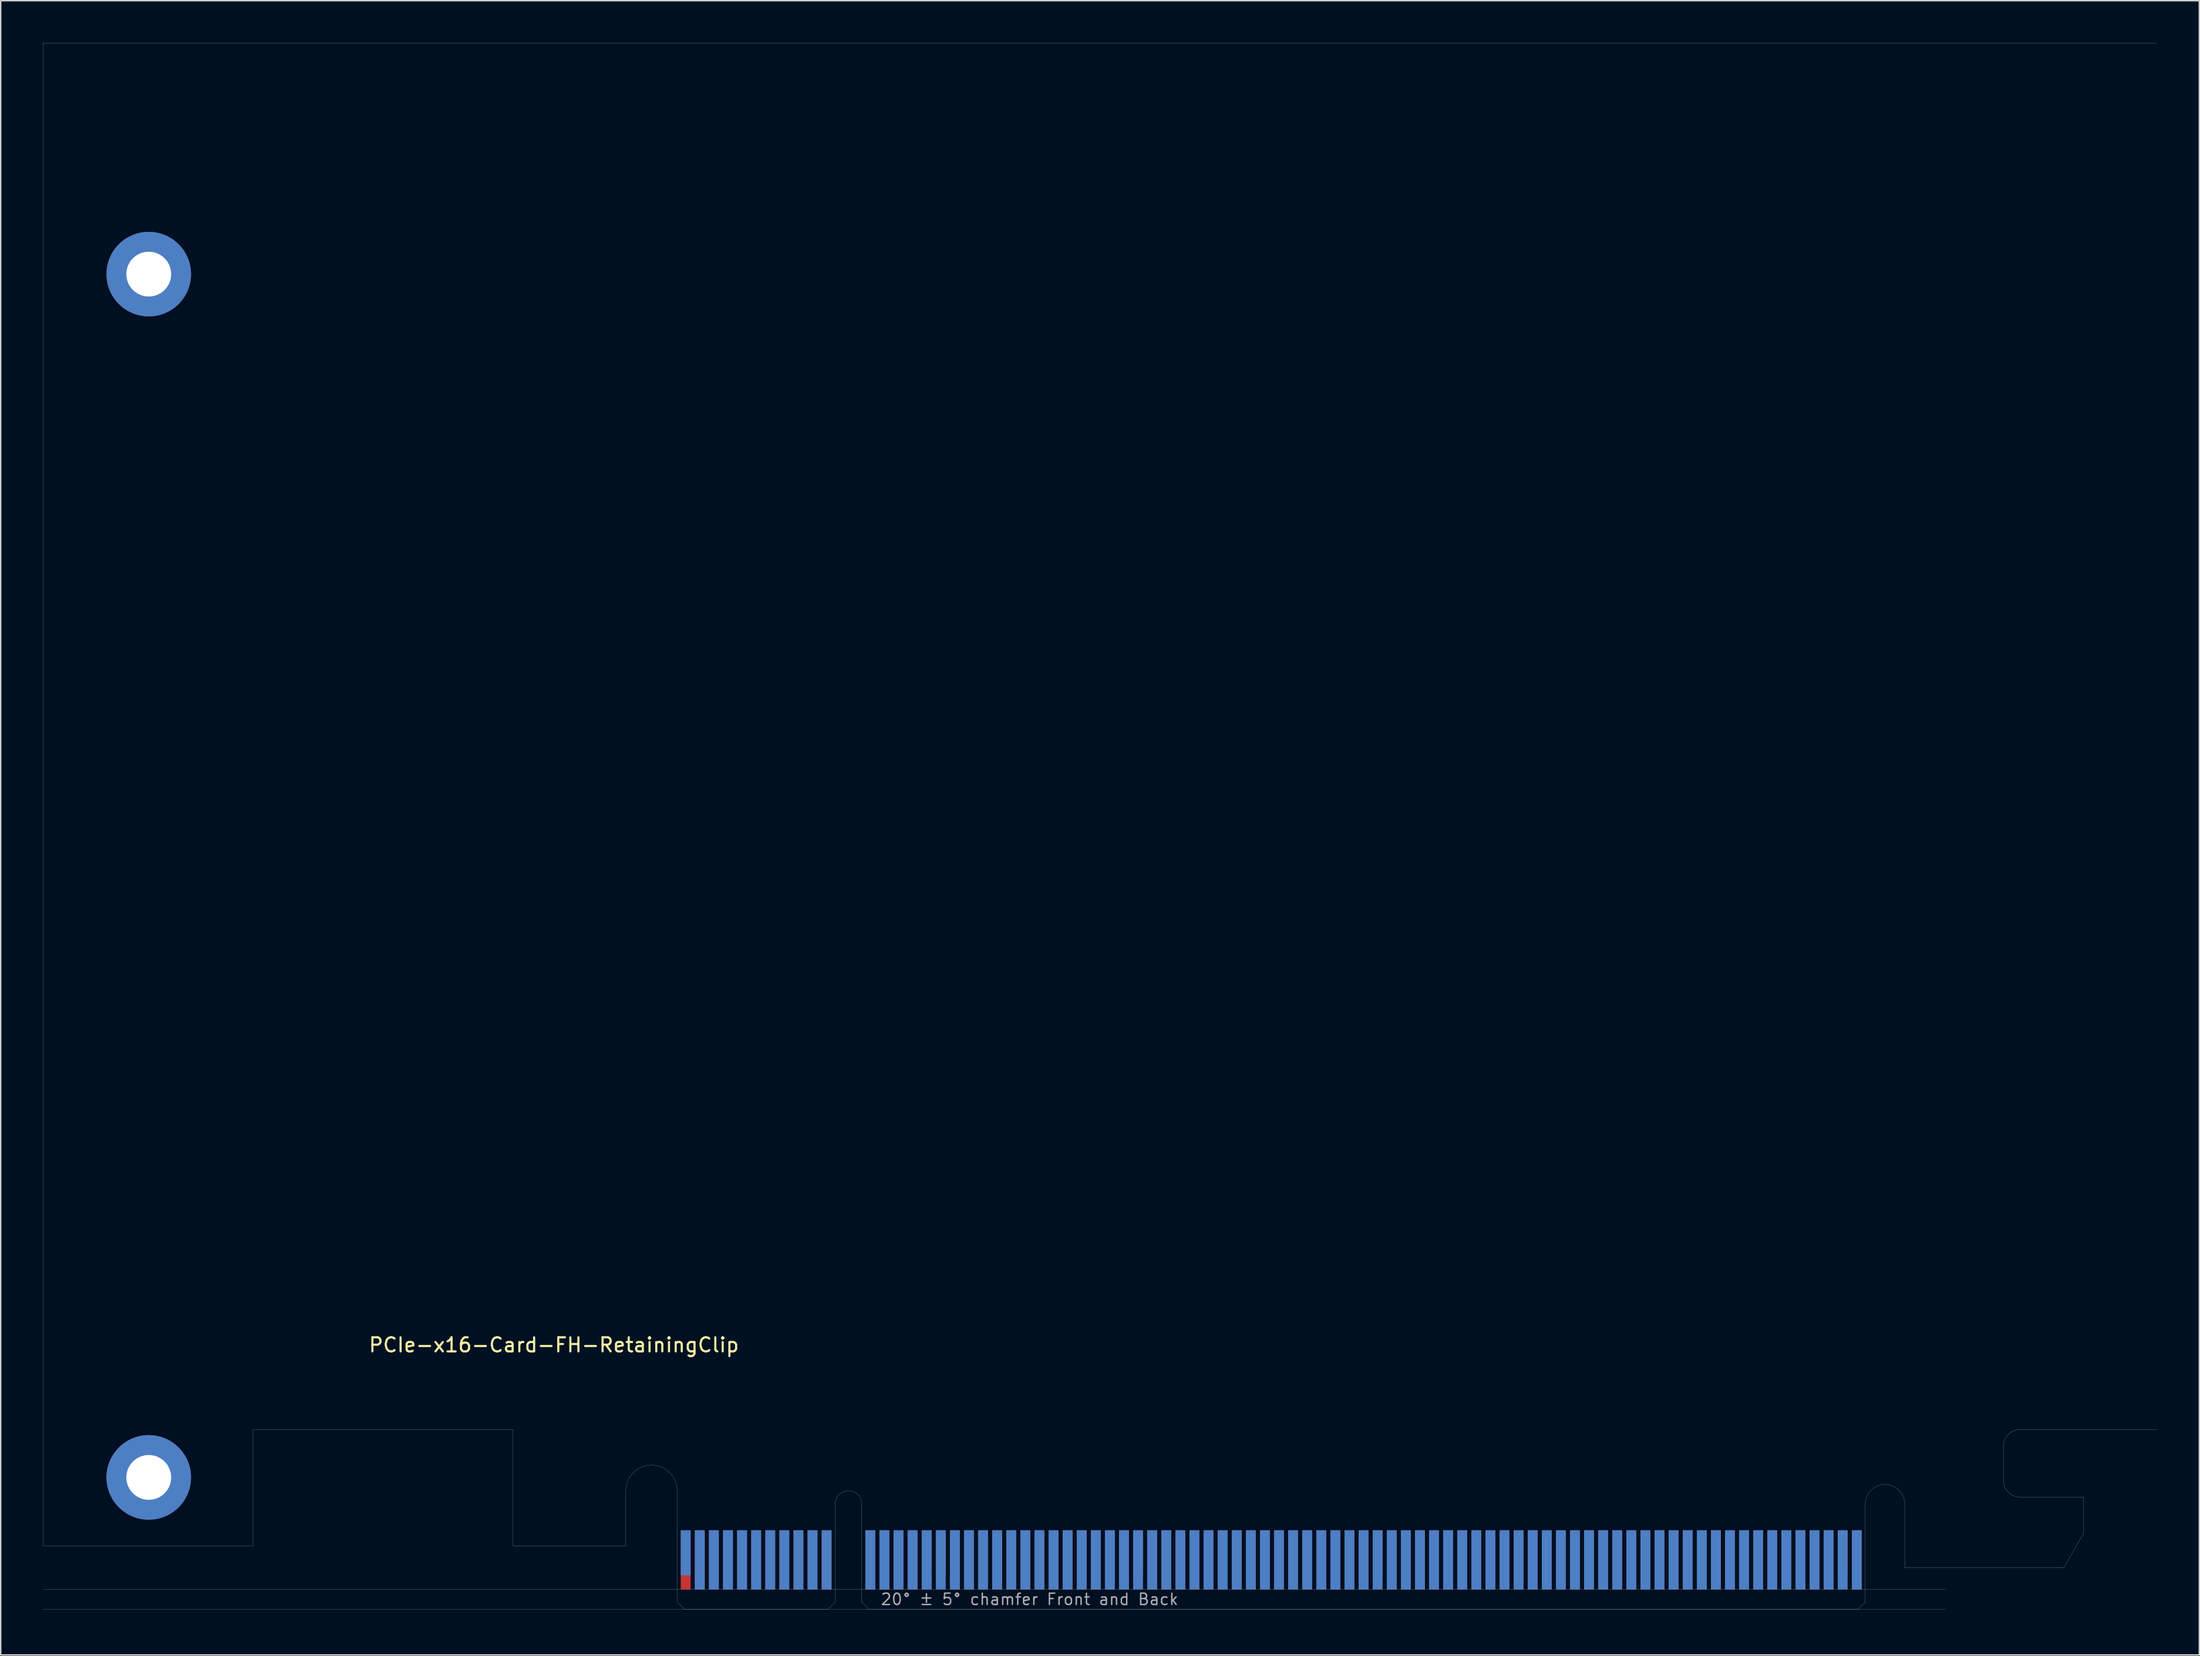
<source format=kicad_pcb>
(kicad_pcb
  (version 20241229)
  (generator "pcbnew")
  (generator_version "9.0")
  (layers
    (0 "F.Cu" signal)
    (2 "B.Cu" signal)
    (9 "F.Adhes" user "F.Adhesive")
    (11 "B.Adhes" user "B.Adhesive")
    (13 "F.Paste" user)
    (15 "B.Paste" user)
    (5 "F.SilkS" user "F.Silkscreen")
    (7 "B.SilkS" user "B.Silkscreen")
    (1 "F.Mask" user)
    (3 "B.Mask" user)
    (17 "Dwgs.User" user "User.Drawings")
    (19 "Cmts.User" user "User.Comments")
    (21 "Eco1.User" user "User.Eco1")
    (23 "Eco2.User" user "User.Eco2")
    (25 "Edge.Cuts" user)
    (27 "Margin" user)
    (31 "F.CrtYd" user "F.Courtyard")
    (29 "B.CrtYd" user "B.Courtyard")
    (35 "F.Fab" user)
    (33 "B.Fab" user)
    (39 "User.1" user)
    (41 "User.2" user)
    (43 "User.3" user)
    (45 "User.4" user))
  (footprint "PCIe-x16-Card-FH-RetainingClip"
    (layer "F.Cu")
    (at 45.005 111.155)
    (property "Reference" "PCIe-x16-Card-FH-RetainingClip" (at -8.75 -18.75 0) (layer "F.SilkS") (effects (font (size 1 1) (thickness 0.15))))
    (attr smd)
    (fp_poly (pts (xy -3.65 -4.5) (xy -11.65 -4.5) (xy -11.65 -7.95) (xy -3.65 -7.95)) (stroke (width 0.1) (type solid)) (fill yes) (layer "F.Mask"))
    (fp_poly (pts (xy 11.2 -5.45) (xy 0 -5.45) (xy 0 0) (xy 11.2 0)) (stroke (width 0.1) (type solid)) (fill yes) (layer "F.Mask"))
    (fp_poly (pts (xy 84.3 -5.45) (xy 13.1 -5.45) (xy 13.1 0) (xy 84.3 0)) (stroke (width 0.1) (type solid)) (fill yes) (layer "F.Mask"))
    (fp_poly (pts (xy 99.8 -5.4) (xy 98.4 -2.95) (xy 87.1 -2.95) (xy 87.1 -7.95) (xy 99.8 -7.95)) (stroke (width 0.1) (type solid)) (fill yes) (layer "F.Mask"))
    (fp_poly (pts (xy -3.65 -7.95) (xy -11.65 -7.95) (xy -11.65 -4.5) (xy -3.65 -4.5)) (stroke (width 0.1) (type solid)) (fill yes) (layer "B.Mask"))
    (fp_poly (pts (xy 11.2 0) (xy 0 0) (xy 0 -5.45) (xy 11.2 -5.45)) (stroke (width 0.1) (type solid)) (fill yes) (layer "B.Mask"))
    (fp_poly (pts (xy 84.3 -5.45) (xy 13.1 -5.45) (xy 13.1 0) (xy 84.3 0)) (stroke (width 0.1) (type solid)) (fill yes) (layer "B.Mask"))
    (fp_poly (pts (xy 99.8 -5.4) (xy 98.4 -2.95) (xy 87.1 -2.95) (xy 87.1 -7.95) (xy 99.8 -7.95)) (stroke (width 0.1) (type solid)) (fill yes) (layer "B.Mask"))
    (fp_line (start -45 -111.15) (end 105 -111.15) (stroke (width 0.01) (type solid)) (layer "Edge.Cuts"))
    (fp_line (start -45 -4.5) (end -45 -111.15) (stroke (width 0.01) (type solid)) (layer "Edge.Cuts"))
    (fp_line (start -30.1 -12.75) (end -30.1 -4.5) (stroke (width 0.01) (type solid)) (layer "Edge.Cuts"))
    (fp_line (start -30.1 -4.5) (end -45 -4.5) (stroke (width 0.01) (type solid)) (layer "Edge.Cuts"))
    (fp_line (start -11.65 -12.75) (end -30.1 -12.75) (stroke (width 0.01) (type solid)) (layer "Edge.Cuts"))
    (fp_line (start -11.65 -4.5) (end -11.65 -12.75) (stroke (width 0.01) (type solid)) (layer "Edge.Cuts"))
    (fp_line (start -3.65 -4.5) (end -11.65 -4.5) (stroke (width 0.01) (type solid)) (layer "Edge.Cuts"))
    (fp_line (start -3.65 -4.5) (end -3.65 -8.4) (stroke (width 0.01) (type solid)) (layer "Edge.Cuts"))
    (fp_line (start 0 -0.5) (end 0 -8.4) (stroke (width 0.01) (type solid)) (layer "Edge.Cuts"))
    (fp_line (start 0.5 0) (end 0 -0.5) (stroke (width 0.01) (type solid)) (layer "Edge.Cuts"))
    (fp_line (start 0.5 0) (end 10.7 0) (stroke (width 0.01) (type solid)) (layer "Edge.Cuts"))
    (fp_line (start 10.7 0) (end 11.2 -0.5) (stroke (width 0.01) (type solid)) (layer "Edge.Cuts"))
    (fp_line (start 11.2 -0.5) (end 11.2 -7.45) (stroke (width 0.01) (type solid)) (layer "Edge.Cuts"))
    (fp_line (start 13.1 -0.5) (end 13.1 -7.45) (stroke (width 0.01) (type solid)) (layer "Edge.Cuts"))
    (fp_line (start 13.6 0) (end 13.1 -0.5) (stroke (width 0.01) (type solid)) (layer "Edge.Cuts"))
    (fp_line (start 83.8 0) (end 13.6 0) (stroke (width 0.01) (type solid)) (layer "Edge.Cuts"))
    (fp_line (start 83.8 0) (end 84.3 -0.5) (stroke (width 0.01) (type solid)) (layer "Edge.Cuts"))
    (fp_line (start 84.3 -0.5) (end 84.3 -7.45) (stroke (width 0.01) (type solid)) (layer "Edge.Cuts"))
    (fp_line (start 87.1 -7.45) (end 87.1 -2.95) (stroke (width 0.01) (type solid)) (layer "Edge.Cuts"))
    (fp_line (start 87.1 -2.95) (end 98.4 -2.95) (stroke (width 0.01) (type solid)) (layer "Edge.Cuts"))
    (fp_line (start 94.1 -11.55) (end 94.1 -9.15) (stroke (width 0.01) (type solid)) (layer "Edge.Cuts"))
    (fp_line (start 95.3 -12.75) (end 105 -12.75) (stroke (width 0.01) (type solid)) (layer "Edge.Cuts"))
    (fp_line (start 98.4 -2.95) (end 99.8 -5.4) (stroke (width 0.01) (type solid)) (layer "Edge.Cuts"))
    (fp_line (start 99.8 -7.95) (end 95.3 -7.95) (stroke (width 0.01) (type solid)) (layer "Edge.Cuts"))
    (fp_line (start 99.8 -5.4) (end 99.8 -7.95) (stroke (width 0.01) (type solid)) (layer "Edge.Cuts"))
    (fp_arc (start -3.65 -8.4) (mid -1.825 -10.225) (end 0 -8.4) (stroke (width 0.01) (type solid)) (layer "Edge.Cuts"))
    (fp_arc (start 11.2 -7.45) (mid 12.15 -8.4) (end 13.1 -7.45) (stroke (width 0.01) (type solid)) (layer "Edge.Cuts"))
    (fp_arc (start 84.3 -7.45) (mid 85.7 -8.85) (end 87.1 -7.45) (stroke (width 0.01) (type solid)) (layer "Edge.Cuts"))
    (fp_arc (start 94.1 -11.55) (mid 94.451472 -12.398528) (end 95.3 -12.75) (stroke (width 0.01) (type solid)) (layer "Edge.Cuts"))
    (fp_arc (start 95.3 -7.95) (mid 94.451472 -8.301472) (end 94.1 -9.15) (stroke (width 0.01) (type solid)) (layer "Edge.Cuts"))
    (fp_line (start -45 -1.4) (end 90 -1.4) (stroke (width 0.01) (type solid)) (layer "F.Fab"))
    (fp_line (start -45 0) (end 90 0) (stroke (width 0.01) (type solid)) (layer "F.Fab"))
    (fp_text user "20° ± 5° chamfer Front and Back" (at 25 -0.7 0) (layer "F.Fab") (effects (font (size 0.8 0.8) (thickness 0.1))))
    (pad "A1" smd rect (at 0.6 -4) (size 0.7 3.2) (layers "B.Cu"))
    (pad "A2" smd rect (at 1.6 -3.5) (size 0.7 4.2) (layers "B.Cu"))
    (pad "A3" smd rect (at 2.6 -3.5) (size 0.7 4.2) (layers "B.Cu"))
    (pad "A4" smd rect (at 3.6 -3.5) (size 0.7 4.2) (layers "B.Cu"))
    (pad "A5" smd rect (at 4.6 -3.5) (size 0.7 4.2) (layers "B.Cu"))
    (pad "A6" smd rect (at 5.6 -3.5) (size 0.7 4.2) (layers "B.Cu"))
    (pad "A7" smd rect (at 6.6 -3.5) (size 0.7 4.2) (layers "B.Cu"))
    (pad "A8" smd rect (at 7.6 -3.5) (size 0.7 4.2) (layers "B.Cu"))
    (pad "A9" smd rect (at 8.6 -3.5) (size 0.7 4.2) (layers "B.Cu"))
    (pad "A10" smd rect (at 9.6 -3.5) (size 0.7 4.2) (layers "B.Cu"))
    (pad "A11" smd rect (at 10.6 -3.5) (size 0.7 4.2) (layers "B.Cu"))
    (pad "A12" smd rect (at 13.7 -3.5) (size 0.7 4.2) (layers "B.Cu"))
    (pad "A13" smd rect (at 14.7 -3.5) (size 0.7 4.2) (layers "B.Cu"))
    (pad "A14" smd rect (at 15.7 -3.5) (size 0.7 4.2) (layers "B.Cu"))
    (pad "A15" smd rect (at 16.7 -3.5) (size 0.7 4.2) (layers "B.Cu"))
    (pad "A16" smd rect (at 17.7 -3.5) (size 0.7 4.2) (layers "B.Cu"))
    (pad "A17" smd rect (at 18.7 -3.5) (size 0.7 4.2) (layers "B.Cu"))
    (pad "A18" smd rect (at 19.7 -3.5) (size 0.7 4.2) (layers "B.Cu"))
    (pad "A19" smd rect (at 20.7 -3.5) (size 0.7 4.2) (layers "B.Cu"))
    (pad "A20" smd rect (at 21.7 -3.5) (size 0.7 4.2) (layers "B.Cu"))
    (pad "A21" smd rect (at 22.7 -3.5) (size 0.7 4.2) (layers "B.Cu"))
    (pad "A22" smd rect (at 23.7 -3.5) (size 0.7 4.2) (layers "B.Cu"))
    (pad "A23" smd rect (at 24.7 -3.5) (size 0.7 4.2) (layers "B.Cu"))
    (pad "A24" smd rect (at 25.7 -3.5) (size 0.7 4.2) (layers "B.Cu"))
    (pad "A25" smd rect (at 26.7 -3.5) (size 0.7 4.2) (layers "B.Cu"))
    (pad "A26" smd rect (at 27.7 -3.5) (size 0.7 4.2) (layers "B.Cu"))
    (pad "A27" smd rect (at 28.7 -3.5) (size 0.7 4.2) (layers "B.Cu"))
    (pad "A28" smd rect (at 29.7 -3.5) (size 0.7 4.2) (layers "B.Cu"))
    (pad "A29" smd rect (at 30.7 -3.5) (size 0.7 4.2) (layers "B.Cu"))
    (pad "A30" smd rect (at 31.7 -3.5) (size 0.7 4.2) (layers "B.Cu"))
    (pad "A31" smd rect (at 32.7 -3.5) (size 0.7 4.2) (layers "B.Cu"))
    (pad "A32" smd rect (at 33.7 -3.5) (size 0.7 4.2) (layers "B.Cu"))
    (pad "A33" smd rect (at 34.7 -3.5) (size 0.7 4.2) (layers "B.Cu"))
    (pad "A34" smd rect (at 35.7 -3.5) (size 0.7 4.2) (layers "B.Cu"))
    (pad "A35" smd rect (at 36.7 -3.5) (size 0.7 4.2) (layers "B.Cu"))
    (pad "A36" smd rect (at 37.7 -3.5) (size 0.7 4.2) (layers "B.Cu"))
    (pad "A37" smd rect (at 38.7 -3.5) (size 0.7 4.2) (layers "B.Cu"))
    (pad "A38" smd rect (at 39.7 -3.5) (size 0.7 4.2) (layers "B.Cu"))
    (pad "A39" smd rect (at 40.7 -3.5) (size 0.7 4.2) (layers "B.Cu"))
    (pad "A40" smd rect (at 41.7 -3.5) (size 0.7 4.2) (layers "B.Cu"))
    (pad "A41" smd rect (at 42.7 -3.5) (size 0.7 4.2) (layers "B.Cu"))
    (pad "A42" smd rect (at 43.7 -3.5) (size 0.7 4.2) (layers "B.Cu"))
    (pad "A43" smd rect (at 44.7 -3.5) (size 0.7 4.2) (layers "B.Cu"))
    (pad "A44" smd rect (at 45.7 -3.5) (size 0.7 4.2) (layers "B.Cu"))
    (pad "A45" smd rect (at 46.7 -3.5) (size 0.7 4.2) (layers "B.Cu"))
    (pad "A46" smd rect (at 47.7 -3.5) (size 0.7 4.2) (layers "B.Cu"))
    (pad "A47" smd rect (at 48.7 -3.5) (size 0.7 4.2) (layers "B.Cu"))
    (pad "A48" smd rect (at 49.7 -3.5) (size 0.7 4.2) (layers "B.Cu"))
    (pad "A49" smd rect (at 50.7 -3.5) (size 0.7 4.2) (layers "B.Cu"))
    (pad "A50" smd rect (at 51.7 -3.5) (size 0.7 4.2) (layers "B.Cu"))
    (pad "A51" smd rect (at 52.7 -3.5) (size 0.7 4.2) (layers "B.Cu"))
    (pad "A52" smd rect (at 53.7 -3.5) (size 0.7 4.2) (layers "B.Cu"))
    (pad "A53" smd rect (at 54.7 -3.5) (size 0.7 4.2) (layers "B.Cu"))
    (pad "A54" smd rect (at 55.7 -3.5) (size 0.7 4.2) (layers "B.Cu"))
    (pad "A55" smd rect (at 56.7 -3.5) (size 0.7 4.2) (layers "B.Cu"))
    (pad "A56" smd rect (at 57.7 -3.5) (size 0.7 4.2) (layers "B.Cu"))
    (pad "A57" smd rect (at 58.7 -3.5) (size 0.7 4.2) (layers "B.Cu"))
    (pad "A58" smd rect (at 59.7 -3.5) (size 0.7 4.2) (layers "B.Cu"))
    (pad "A59" smd rect (at 60.7 -3.5) (size 0.7 4.2) (layers "B.Cu"))
    (pad "A60" smd rect (at 61.7 -3.5) (size 0.7 4.2) (layers "B.Cu"))
    (pad "A61" smd rect (at 62.7 -3.5) (size 0.7 4.2) (layers "B.Cu"))
    (pad "A62" smd rect (at 63.7 -3.5) (size 0.7 4.2) (layers "B.Cu"))
    (pad "A63" smd rect (at 64.7 -3.5) (size 0.7 4.2) (layers "B.Cu"))
    (pad "A64" smd rect (at 65.7 -3.5) (size 0.7 4.2) (layers "B.Cu"))
    (pad "A65" smd rect (at 66.7 -3.5) (size 0.7 4.2) (layers "B.Cu"))
    (pad "A66" smd rect (at 67.7 -3.5) (size 0.7 4.2) (layers "B.Cu"))
    (pad "A67" smd rect (at 68.7 -3.5) (size 0.7 4.2) (layers "B.Cu"))
    (pad "A68" smd rect (at 69.7 -3.5) (size 0.7 4.2) (layers "B.Cu"))
    (pad "A69" smd rect (at 70.7 -3.5) (size 0.7 4.2) (layers "B.Cu"))
    (pad "A70" smd rect (at 71.7 -3.5) (size 0.7 4.2) (layers "B.Cu"))
    (pad "A71" smd rect (at 72.7 -3.5) (size 0.7 4.2) (layers "B.Cu"))
    (pad "A72" smd rect (at 73.7 -3.5) (size 0.7 4.2) (layers "B.Cu"))
    (pad "A73" smd rect (at 74.7 -3.5) (size 0.7 4.2) (layers "B.Cu"))
    (pad "A74" smd rect (at 75.7 -3.5) (size 0.7 4.2) (layers "B.Cu"))
    (pad "A75" smd rect (at 76.7 -3.5) (size 0.7 4.2) (layers "B.Cu"))
    (pad "A76" smd rect (at 77.7 -3.5) (size 0.7 4.2) (layers "B.Cu"))
    (pad "A77" smd rect (at 78.7 -3.5) (size 0.7 4.2) (layers "B.Cu"))
    (pad "A78" smd rect (at 79.7 -3.5) (size 0.7 4.2) (layers "B.Cu"))
    (pad "A79" smd rect (at 80.7 -3.5) (size 0.7 4.2) (layers "B.Cu"))
    (pad "A80" smd rect (at 81.7 -3.5) (size 0.7 4.2) (layers "B.Cu"))
    (pad "A81" smd rect (at 82.7 -3.5) (size 0.7 4.2) (layers "B.Cu"))
    (pad "A82" smd rect (at 83.7 -3.5) (size 0.7 4.2) (layers "B.Cu"))
    (pad "B1" smd rect (at 0.6 -3.5) (size 0.7 4.2) (layers "F.Cu"))
    (pad "B2" smd rect (at 1.6 -3.5) (size 0.7 4.2) (layers "F.Cu"))
    (pad "B3" smd rect (at 2.6 -3.5) (size 0.7 4.2) (layers "F.Cu"))
    (pad "B4" smd rect (at 3.6 -3.5) (size 0.7 4.2) (layers "F.Cu"))
    (pad "B5" smd rect (at 4.6 -3.5) (size 0.7 4.2) (layers "F.Cu"))
    (pad "B6" smd rect (at 5.6 -3.5) (size 0.7 4.2) (layers "F.Cu"))
    (pad "B7" smd rect (at 6.6 -3.5) (size 0.7 4.2) (layers "F.Cu"))
    (pad "B8" smd rect (at 7.6 -3.5) (size 0.7 4.2) (layers "F.Cu"))
    (pad "B9" smd rect (at 8.6 -3.5) (size 0.7 4.2) (layers "F.Cu"))
    (pad "B10" smd rect (at 9.6 -3.5) (size 0.7 4.2) (layers "F.Cu"))
    (pad "B11" smd rect (at 10.6 -3.5) (size 0.7 4.2) (layers "F.Cu"))
    (pad "B12" smd rect (at 13.7 -3.5) (size 0.7 4.2) (layers "F.Cu"))
    (pad "B13" smd rect (at 14.7 -3.5) (size 0.7 4.2) (layers "F.Cu"))
    (pad "B14" smd rect (at 15.7 -3.5) (size 0.7 4.2) (layers "F.Cu"))
    (pad "B15" smd rect (at 16.7 -3.5) (size 0.7 4.2) (layers "F.Cu"))
    (pad "B16" smd rect (at 17.7 -3.5) (size 0.7 4.2) (layers "F.Cu"))
    (pad "B17" smd rect (at 18.7 -4) (size 0.7 3.2) (layers "F.Cu"))
    (pad "B18" smd rect (at 19.7 -3.5) (size 0.7 4.2) (layers "F.Cu"))
    (pad "B19" smd rect (at 20.7 -3.5) (size 0.7 4.2) (layers "F.Cu"))
    (pad "B20" smd rect (at 21.7 -3.5) (size 0.7 4.2) (layers "F.Cu"))
    (pad "B21" smd rect (at 22.7 -3.5) (size 0.7 4.2) (layers "F.Cu"))
    (pad "B22" smd rect (at 23.7 -3.5) (size 0.7 4.2) (layers "F.Cu"))
    (pad "B23" smd rect (at 24.7 -3.5) (size 0.7 4.2) (layers "F.Cu"))
    (pad "B24" smd rect (at 25.7 -3.5) (size 0.7 4.2) (layers "F.Cu"))
    (pad "B25" smd rect (at 26.7 -3.5) (size 0.7 4.2) (layers "F.Cu"))
    (pad "B26" smd rect (at 27.7 -3.5) (size 0.7 4.2) (layers "F.Cu"))
    (pad "B27" smd rect (at 28.7 -3.5) (size 0.7 4.2) (layers "F.Cu"))
    (pad "B28" smd rect (at 29.7 -3.5) (size 0.7 4.2) (layers "F.Cu"))
    (pad "B29" smd rect (at 30.7 -3.5) (size 0.7 4.2) (layers "F.Cu"))
    (pad "B30" smd rect (at 31.7 -3.5) (size 0.7 4.2) (layers "F.Cu"))
    (pad "B31" smd rect (at 32.7 -4) (size 0.7 3.2) (layers "F.Cu"))
    (pad "B32" smd rect (at 33.7 -3.5) (size 0.7 4.2) (layers "F.Cu"))
    (pad "B33" smd rect (at 34.7 -3.5) (size 0.7 4.2) (layers "F.Cu"))
    (pad "B34" smd rect (at 35.7 -3.5) (size 0.7 4.2) (layers "F.Cu"))
    (pad "B35" smd rect (at 36.7 -3.5) (size 0.7 4.2) (layers "F.Cu"))
    (pad "B36" smd rect (at 37.7 -3.5) (size 0.7 4.2) (layers "F.Cu"))
    (pad "B37" smd rect (at 38.7 -3.5) (size 0.7 4.2) (layers "F.Cu"))
    (pad "B38" smd rect (at 39.7 -3.5) (size 0.7 4.2) (layers "F.Cu"))
    (pad "B39" smd rect (at 40.7 -3.5) (size 0.7 4.2) (layers "F.Cu"))
    (pad "B40" smd rect (at 41.7 -3.5) (size 0.7 4.2) (layers "F.Cu"))
    (pad "B41" smd rect (at 42.7 -3.5) (size 0.7 4.2) (layers "F.Cu"))
    (pad "B42" smd rect (at 43.7 -3.5) (size 0.7 4.2) (layers "F.Cu"))
    (pad "B43" smd rect (at 44.7 -3.5) (size 0.7 4.2) (layers "F.Cu"))
    (pad "B44" smd rect (at 45.7 -3.5) (size 0.7 4.2) (layers "F.Cu"))
    (pad "B45" smd rect (at 46.7 -3.5) (size 0.7 4.2) (layers "F.Cu"))
    (pad "B46" smd rect (at 47.7 -3.5) (size 0.7 4.2) (layers "F.Cu"))
    (pad "B47" smd rect (at 48.7 -3.5) (size 0.7 4.2) (layers "F.Cu"))
    (pad "B48" smd rect (at 49.7 -4) (size 0.7 3.2) (layers "F.Cu"))
    (pad "B49" smd rect (at 50.7 -3.5) (size 0.7 4.2) (layers "F.Cu"))
    (pad "B50" smd rect (at 51.7 -3.5) (size 0.7 4.2) (layers "F.Cu"))
    (pad "B51" smd rect (at 52.7 -3.5) (size 0.7 4.2) (layers "F.Cu"))
    (pad "B52" smd rect (at 53.7 -3.5) (size 0.7 4.2) (layers "F.Cu"))
    (pad "B53" smd rect (at 54.7 -3.5) (size 0.7 4.2) (layers "F.Cu"))
    (pad "B54" smd rect (at 55.7 -3.5) (size 0.7 4.2) (layers "F.Cu"))
    (pad "B55" smd rect (at 56.7 -3.5) (size 0.7 4.2) (layers "F.Cu"))
    (pad "B56" smd rect (at 57.7 -3.5) (size 0.7 4.2) (layers "F.Cu"))
    (pad "B57" smd rect (at 58.7 -3.5) (size 0.7 4.2) (layers "F.Cu"))
    (pad "B58" smd rect (at 59.7 -3.5) (size 0.7 4.2) (layers "F.Cu"))
    (pad "B59" smd rect (at 60.7 -3.5) (size 0.7 4.2) (layers "F.Cu"))
    (pad "B60" smd rect (at 61.7 -3.5) (size 0.7 4.2) (layers "F.Cu"))
    (pad "B61" smd rect (at 62.7 -3.5) (size 0.7 4.2) (layers "F.Cu"))
    (pad "B62" smd rect (at 63.7 -3.5) (size 0.7 4.2) (layers "F.Cu"))
    (pad "B63" smd rect (at 64.7 -3.5) (size 0.7 4.2) (layers "F.Cu"))
    (pad "B64" smd rect (at 65.7 -3.5) (size 0.7 4.2) (layers "F.Cu"))
    (pad "B65" smd rect (at 66.7 -3.5) (size 0.7 4.2) (layers "F.Cu"))
    (pad "B66" smd rect (at 67.7 -3.5) (size 0.7 4.2) (layers "F.Cu"))
    (pad "B67" smd rect (at 68.7 -3.5) (size 0.7 4.2) (layers "F.Cu"))
    (pad "B68" smd rect (at 69.7 -3.5) (size 0.7 4.2) (layers "F.Cu"))
    (pad "B69" smd rect (at 70.7 -3.5) (size 0.7 4.2) (layers "F.Cu"))
    (pad "B70" smd rect (at 71.7 -3.5) (size 0.7 4.2) (layers "F.Cu"))
    (pad "B71" smd rect (at 72.7 -3.5) (size 0.7 4.2) (layers "F.Cu"))
    (pad "B72" smd rect (at 73.7 -3.5) (size 0.7 4.2) (layers "F.Cu"))
    (pad "B73" smd rect (at 74.7 -3.5) (size 0.7 4.2) (layers "F.Cu"))
    (pad "B74" smd rect (at 75.7 -3.5) (size 0.7 4.2) (layers "F.Cu"))
    (pad "B75" smd rect (at 76.7 -3.5) (size 0.7 4.2) (layers "F.Cu"))
    (pad "B76" smd rect (at 77.7 -3.5) (size 0.7 4.2) (layers "F.Cu"))
    (pad "B77" smd rect (at 78.7 -3.5) (size 0.7 4.2) (layers "F.Cu"))
    (pad "B78" smd rect (at 79.7 -3.5) (size 0.7 4.2) (layers "F.Cu"))
    (pad "B79" smd rect (at 80.7 -3.5) (size 0.7 4.2) (layers "F.Cu"))
    (pad "B80" smd rect (at 81.7 -3.5) (size 0.7 4.2) (layers "F.Cu"))
    (pad "B81" smd rect (at 82.7 -4) (size 0.7 3.2) (layers "F.Cu"))
    (pad "B82" smd rect (at 83.7 -3.5) (size 0.7 4.2) (layers "F.Cu"))
    (pad "G1" thru_hole circle (at -37.5 -94.75) (size 6 6) (drill 3.18) (layers "*.Cu" "*.Mask"))
    (pad "G2" thru_hole circle (at -37.5 -9.35) (size 6 6) (drill 3.18) (layers "*.Cu" "*.Mask")))
  (gr_rect
    (start -3 -3)
    (end 153.01 114.405)
    (stroke (width 0.1) (type default))
    (fill no)
    (layer "Edge.Cuts")))
</source>
